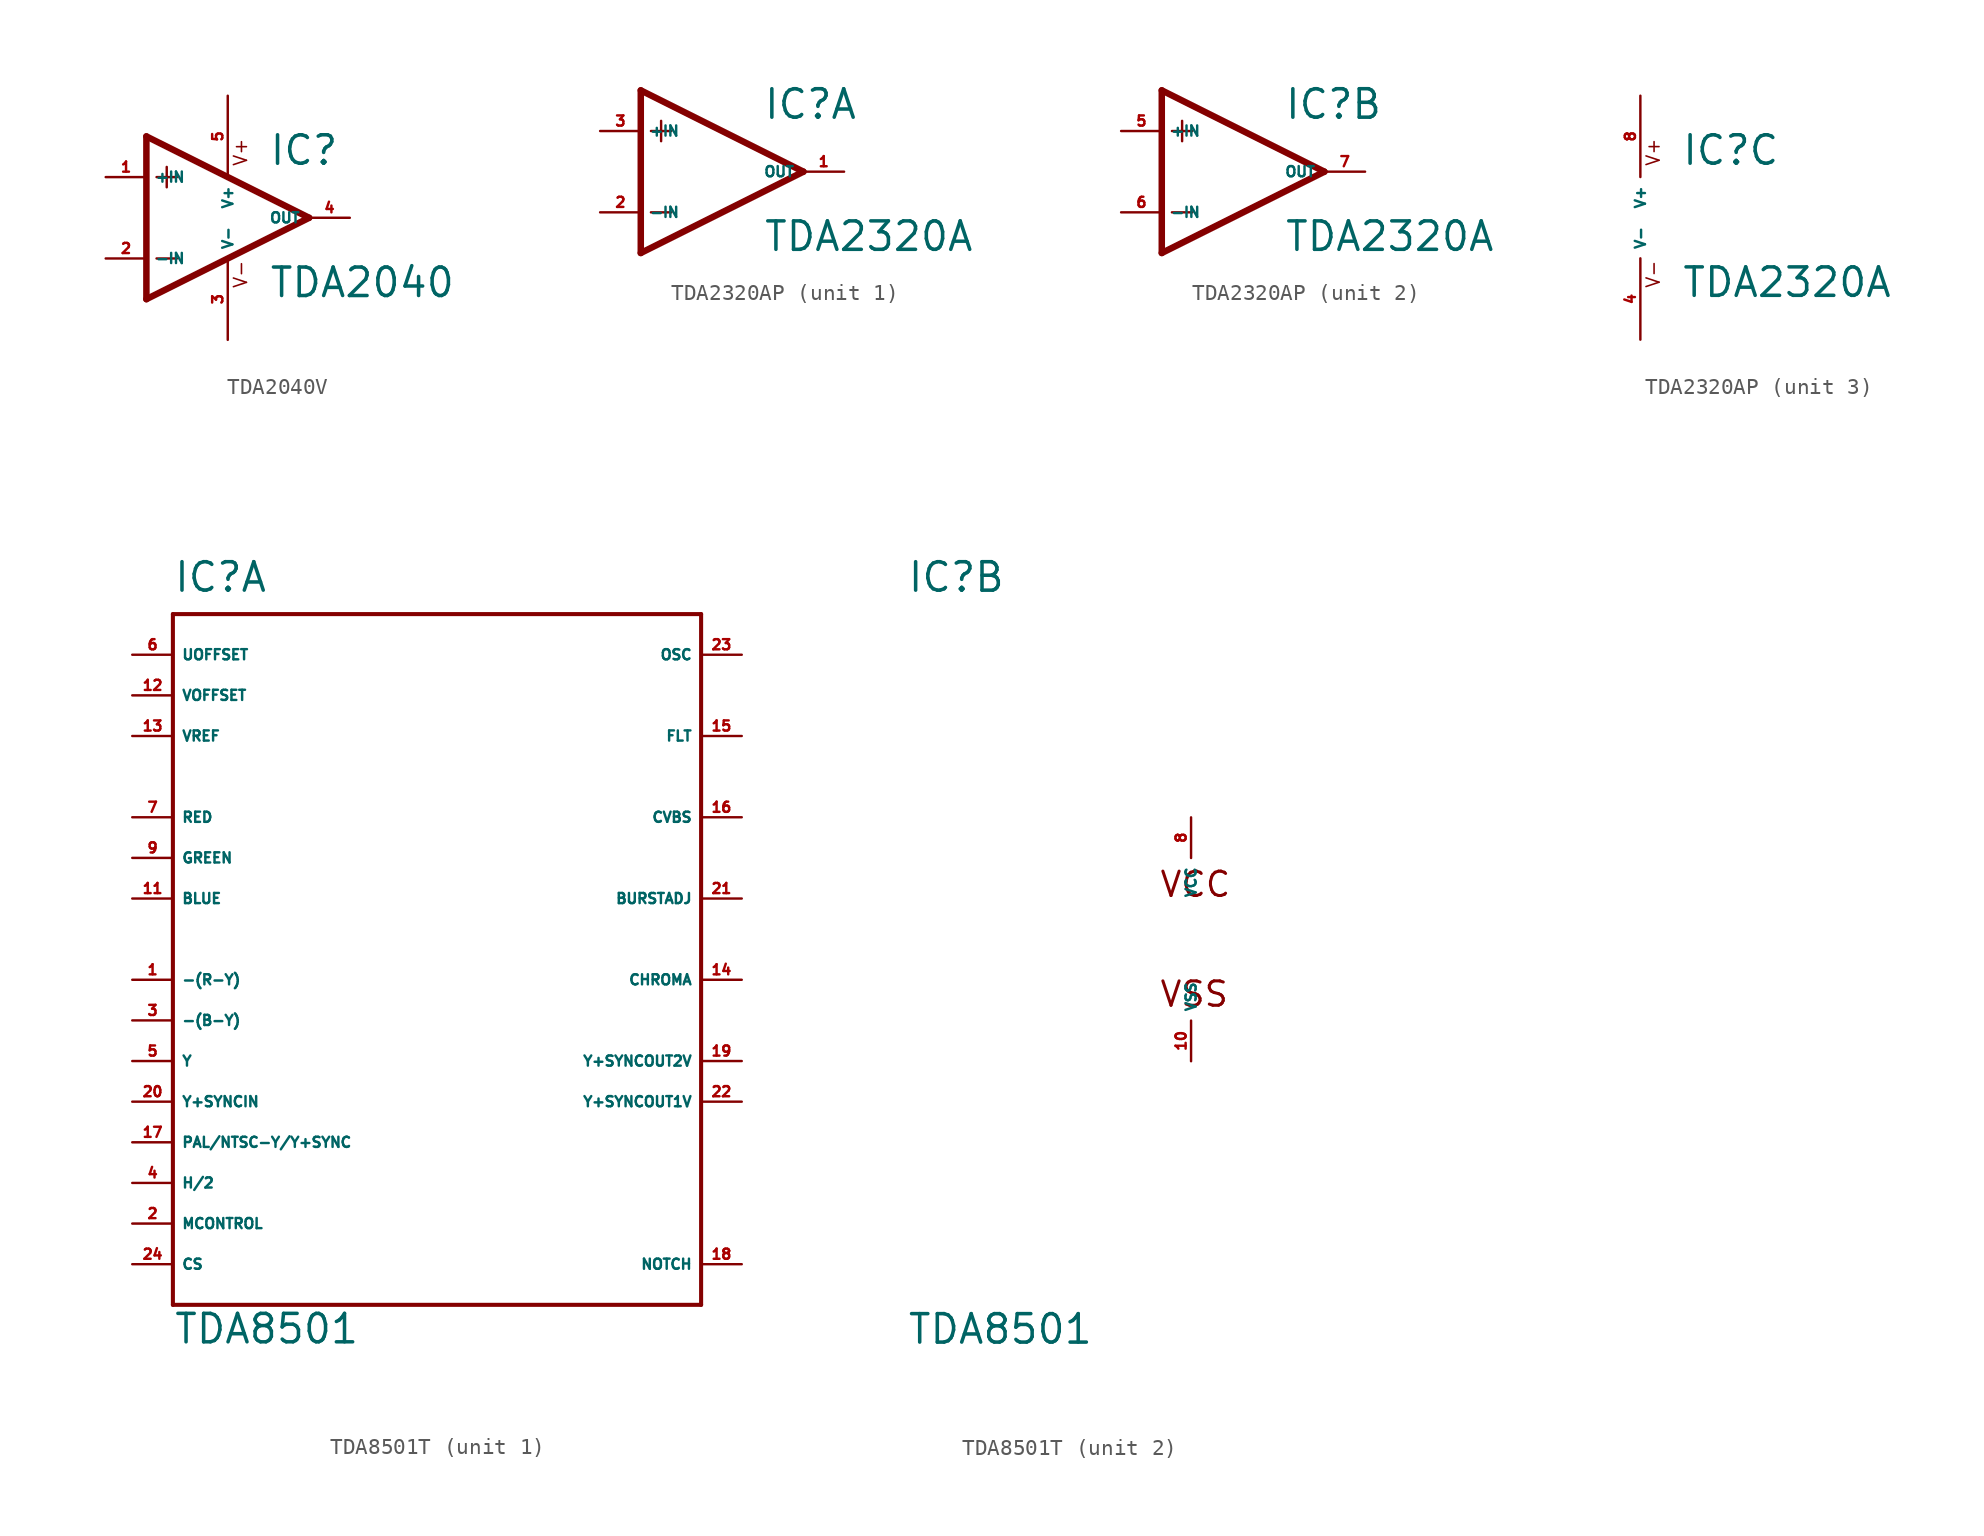
<source format=kicad_sym>
(kicad_symbol_lib
  (version 20220914)
  (generator Eagle2Kicad)
  (symbol "TDA2040V"
    (property "Reference" "IC"
      (at 2.54 3.175 0)
      (effects (font (size 1.778 1.778) (thickness 0.22)) (justify left bottom)))
    (property "Value" "TDA2040"
      (at 2.54 -5.08 0)
      (effects (font (size 1.778 1.778) (thickness 0.22)) (justify left bottom)))
    (polyline
      (pts (xy -5.08 5.08) (xy -5.08 -5.08))
      (stroke (width 0.406) (type default))
      (fill (type none)))
    (polyline
      (pts (xy -5.08 -5.08) (xy 5.08 0))
      (stroke (width 0.406) (type default))
      (fill (type none)))
    (polyline
      (pts (xy 5.08 0) (xy -5.08 5.08))
      (stroke (width 0.406) (type default))
      (fill (type none)))
    (polyline
      (pts (xy -3.81 3.175) (xy -3.81 1.905))
      (stroke (width 0.152) (type default))
      (fill (type none)))
    (polyline
      (pts (xy -4.445 2.54) (xy -3.175 2.54))
      (stroke (width 0.152) (type default))
      (fill (type none)))
    (polyline
      (pts (xy -4.445 -2.54) (xy -3.175 -2.54))
      (stroke (width 0.152) (type default))
      (fill (type none)))
    (text "V+"
      (at 1.27 3.175 900)
      (effects (font (size 0.813 0.813) (thickness 0.10)) (justify left bottom)))
    (text "V-"
      (at 1.27 -4.445 900)
      (effects (font (size 0.813 0.813) (thickness 0.10)) (justify left bottom)))
    (pin input line
      (at -7.62 -2.54 0)
      (length 2.54)
      (name "-IN" (effects (font (size 0.635 0.635) (thickness 0.08)) (justify left bottom)))
      (number "2" (effects (font (size 0.635 0.635) (thickness 0.08)) (justify left bottom))))
    (pin input line
      (at -7.62 2.54 0)
      (length 2.54)
      (name "+IN" (effects (font (size 0.635 0.635) (thickness 0.08)) (justify left bottom)))
      (number "1" (effects (font (size 0.635 0.635) (thickness 0.08)) (justify left bottom))))
    (pin output line
      (at 7.62 0 180)
      (length 2.54)
      (name "OUT" (effects (font (size 0.635 0.635) (thickness 0.08)) (justify left bottom)))
      (number "4" (effects (font (size 0.635 0.635) (thickness 0.08)) (justify left bottom))))
    (pin unspecified line
      (at 0 7.62 270)
      (length 5.08)
      (name "V+" (effects (font (size 0.635 0.635) (thickness 0.08)) (justify left bottom)))
      (number "5" (effects (font (size 0.635 0.635) (thickness 0.08)) (justify left bottom))))
    (pin unspecified line
      (at 0 -7.62 90)
      (length 5.08)
      (name "V-" (effects (font (size 0.635 0.635) (thickness 0.08)) (justify left bottom)))
      (number "3" (effects (font (size 0.635 0.635) (thickness 0.08)) (justify left bottom)))))
  (symbol "TDA2320AP"
    (property "Reference" "IC"
      (at 2.54 3.175 0)
      (effects (font (size 1.778 1.778) (thickness 0.22)) (justify left bottom)))
    (property "Value" "TDA2320A"
      (at 2.54 -5.08 0)
      (effects (font (size 1.778 1.778) (thickness 0.22)) (justify left bottom)))
    (symbol "TDA2320AP_1_0"
      (polyline (pts (xy -5.08 5.08) (xy -5.08 -5.08)) (stroke (width 0.406) (type default)) (fill (type none)))
      (polyline (pts (xy -5.08 -5.08) (xy 5.08 0)) (stroke (width 0.406) (type default)) (fill (type none)))
      (polyline (pts (xy 5.08 0) (xy -5.08 5.08)) (stroke (width 0.406) (type default)) (fill (type none)))
      (polyline (pts (xy -3.81 3.175) (xy -3.81 1.905)) (stroke (width 0.152) (type default)) (fill (type none)))
      (polyline (pts (xy -4.445 2.54) (xy -3.175 2.54)) (stroke (width 0.152) (type default)) (fill (type none)))
      (polyline (pts (xy -4.445 -2.54) (xy -3.175 -2.54)) (stroke (width 0.152) (type default)) (fill (type none)))
      (pin input line (at -7.62 -2.54 0) (length 2.54) (name "-IN" (effects (font (size 0.635 0.635) (thickness 0.08)) (justify left bottom))) (number "2" (effects (font (size 0.635 0.635) (thickness 0.08)) (justify left bottom))))
      (pin input line (at -7.62 2.54 0) (length 2.54) (name "+IN" (effects (font (size 0.635 0.635) (thickness 0.08)) (justify left bottom))) (number "3" (effects (font (size 0.635 0.635) (thickness 0.08)) (justify left bottom))))
      (pin output line (at 7.62 0 180) (length 2.54) (name "OUT" (effects (font (size 0.635 0.635) (thickness 0.08)) (justify left bottom))) (number "1" (effects (font (size 0.635 0.635) (thickness 0.08)) (justify left bottom)))))
    (symbol "TDA2320AP_2_0"
      (polyline (pts (xy -5.08 5.08) (xy -5.08 -5.08)) (stroke (width 0.406) (type default)) (fill (type none)))
      (polyline (pts (xy -5.08 -5.08) (xy 5.08 0)) (stroke (width 0.406) (type default)) (fill (type none)))
      (polyline (pts (xy 5.08 0) (xy -5.08 5.08)) (stroke (width 0.406) (type default)) (fill (type none)))
      (polyline (pts (xy -3.81 3.175) (xy -3.81 1.905)) (stroke (width 0.152) (type default)) (fill (type none)))
      (polyline (pts (xy -4.445 2.54) (xy -3.175 2.54)) (stroke (width 0.152) (type default)) (fill (type none)))
      (polyline (pts (xy -4.445 -2.54) (xy -3.175 -2.54)) (stroke (width 0.152) (type default)) (fill (type none)))
      (pin input line (at -7.62 -2.54 0) (length 2.54) (name "-IN" (effects (font (size 0.635 0.635) (thickness 0.08)) (justify left bottom))) (number "6" (effects (font (size 0.635 0.635) (thickness 0.08)) (justify left bottom))))
      (pin input line (at -7.62 2.54 0) (length 2.54) (name "+IN" (effects (font (size 0.635 0.635) (thickness 0.08)) (justify left bottom))) (number "5" (effects (font (size 0.635 0.635) (thickness 0.08)) (justify left bottom))))
      (pin output line (at 7.62 0 180) (length 2.54) (name "OUT" (effects (font (size 0.635 0.635) (thickness 0.08)) (justify left bottom))) (number "7" (effects (font (size 0.635 0.635) (thickness 0.08)) (justify left bottom)))))
    (symbol "TDA2320AP_3_0"
      (text "V+" (at 1.27 3.175 900) (effects (font (size 0.813 0.813) (thickness 0.10)) (justify left bottom)))
      (text "V-" (at 1.27 -4.445 900) (effects (font (size 0.813 0.813) (thickness 0.10)) (justify left bottom)))
      (pin unspecified line (at 0 7.62 270) (length 5.08) (name "V+" (effects (font (size 0.635 0.635) (thickness 0.08)) (justify left bottom))) (number "8" (effects (font (size 0.635 0.635) (thickness 0.08)) (justify left bottom))))
      (pin unspecified line (at 0 -7.62 90) (length 5.08) (name "V-" (effects (font (size 0.635 0.635) (thickness 0.08)) (justify left bottom))) (number "4" (effects (font (size 0.635 0.635) (thickness 0.08)) (justify left bottom))))))
  (symbol "TDA8501T"
    (property "Reference" "IC"
      (at -17.78 21.59 0)
      (effects (font (size 1.778 1.778) (thickness 0.22)) (justify left bottom)))
    (property "Value" "TDA8501"
      (at -17.78 -25.4 0)
      (effects (font (size 1.778 1.778) (thickness 0.22)) (justify left bottom)))
    (symbol "TDA8501T_1_0"
      (polyline (pts (xy -17.78 20.32) (xy 15.24 20.32)) (stroke (width 0.254) (type default)) (fill (type none)))
      (polyline (pts (xy 15.24 20.32) (xy 15.24 -22.86)) (stroke (width 0.254) (type default)) (fill (type none)))
      (polyline (pts (xy 15.24 -22.86) (xy -17.78 -22.86)) (stroke (width 0.254) (type default)) (fill (type none)))
      (polyline (pts (xy -17.78 -22.86) (xy -17.78 20.32)) (stroke (width 0.254) (type default)) (fill (type none)))
      (pin input line (at -20.32 -2.54 0) (length 2.54) (name "-(R-Y)" (effects (font (size 0.635 0.635) (thickness 0.08)) (justify left bottom))) (number "1" (effects (font (size 0.635 0.635) (thickness 0.08)) (justify left bottom))))
      (pin input line (at -20.32 -17.78 0) (length 2.54) (name "MCONTROL" (effects (font (size 0.635 0.635) (thickness 0.08)) (justify left bottom))) (number "2" (effects (font (size 0.635 0.635) (thickness 0.08)) (justify left bottom))))
      (pin input line (at -20.32 -5.08 0) (length 2.54) (name "-(B-Y)" (effects (font (size 0.635 0.635) (thickness 0.08)) (justify left bottom))) (number "3" (effects (font (size 0.635 0.635) (thickness 0.08)) (justify left bottom))))
      (pin input line (at -20.32 -15.24 0) (length 2.54) (name "H/2" (effects (font (size 0.635 0.635) (thickness 0.08)) (justify left bottom))) (number "4" (effects (font (size 0.635 0.635) (thickness 0.08)) (justify left bottom))))
      (pin input line (at -20.32 -7.62 0) (length 2.54) (name "Y" (effects (font (size 0.635 0.635) (thickness 0.08)) (justify left bottom))) (number "5" (effects (font (size 0.635 0.635) (thickness 0.08)) (justify left bottom))))
      (pin passive line (at -20.32 17.78 0) (length 2.54) (name "UOFFSET" (effects (font (size 0.635 0.635) (thickness 0.08)) (justify left bottom))) (number "6" (effects (font (size 0.635 0.635) (thickness 0.08)) (justify left bottom))))
      (pin input line (at -20.32 7.62 0) (length 2.54) (name "RED" (effects (font (size 0.635 0.635) (thickness 0.08)) (justify left bottom))) (number "7" (effects (font (size 0.635 0.635) (thickness 0.08)) (justify left bottom))))
      (pin input line (at -20.32 5.08 0) (length 2.54) (name "GREEN" (effects (font (size 0.635 0.635) (thickness 0.08)) (justify left bottom))) (number "9" (effects (font (size 0.635 0.635) (thickness 0.08)) (justify left bottom))))
      (pin input line (at -20.32 2.54 0) (length 2.54) (name "BLUE" (effects (font (size 0.635 0.635) (thickness 0.08)) (justify left bottom))) (number "11" (effects (font (size 0.635 0.635) (thickness 0.08)) (justify left bottom))))
      (pin passive line (at -20.32 15.24 0) (length 2.54) (name "VOFFSET" (effects (font (size 0.635 0.635) (thickness 0.08)) (justify left bottom))) (number "12" (effects (font (size 0.635 0.635) (thickness 0.08)) (justify left bottom))))
      (pin passive line (at -20.32 12.7 0) (length 2.54) (name "VREF" (effects (font (size 0.635 0.635) (thickness 0.08)) (justify left bottom))) (number "13" (effects (font (size 0.635 0.635) (thickness 0.08)) (justify left bottom))))
      (pin output line (at 17.78 -2.54 180) (length 2.54) (name "CHROMA" (effects (font (size 0.635 0.635) (thickness 0.08)) (justify left bottom))) (number "14" (effects (font (size 0.635 0.635) (thickness 0.08)) (justify left bottom))))
      (pin passive line (at 17.78 12.7 180) (length 2.54) (name "FLT" (effects (font (size 0.635 0.635) (thickness 0.08)) (justify left bottom))) (number "15" (effects (font (size 0.635 0.635) (thickness 0.08)) (justify left bottom))))
      (pin output line (at 17.78 7.62 180) (length 2.54) (name "CVBS" (effects (font (size 0.635 0.635) (thickness 0.08)) (justify left bottom))) (number "16" (effects (font (size 0.635 0.635) (thickness 0.08)) (justify left bottom))))
      (pin passive line (at -20.32 -12.7 0) (length 2.54) (name "PAL/NTSC-Y/Y+SYNC" (effects (font (size 0.635 0.635) (thickness 0.08)) (justify left bottom))) (number "17" (effects (font (size 0.635 0.635) (thickness 0.08)) (justify left bottom))))
      (pin passive line (at 17.78 -20.32 180) (length 2.54) (name "NOTCH" (effects (font (size 0.635 0.635) (thickness 0.08)) (justify left bottom))) (number "18" (effects (font (size 0.635 0.635) (thickness 0.08)) (justify left bottom))))
      (pin output line (at 17.78 -7.62 180) (length 2.54) (name "Y+SYNCOUT2V" (effects (font (size 0.635 0.635) (thickness 0.08)) (justify left bottom))) (number "19" (effects (font (size 0.635 0.635) (thickness 0.08)) (justify left bottom))))
      (pin input line (at -20.32 -10.16 0) (length 2.54) (name "Y+SYNCIN" (effects (font (size 0.635 0.635) (thickness 0.08)) (justify left bottom))) (number "20" (effects (font (size 0.635 0.635) (thickness 0.08)) (justify left bottom))))
      (pin passive line (at 17.78 2.54 180) (length 2.54) (name "BURSTADJ" (effects (font (size 0.635 0.635) (thickness 0.08)) (justify left bottom))) (number "21" (effects (font (size 0.635 0.635) (thickness 0.08)) (justify left bottom))))
      (pin output line (at 17.78 -10.16 180) (length 2.54) (name "Y+SYNCOUT1V" (effects (font (size 0.635 0.635) (thickness 0.08)) (justify left bottom))) (number "22" (effects (font (size 0.635 0.635) (thickness 0.08)) (justify left bottom))))
      (pin passive line (at 17.78 17.78 180) (length 2.54) (name "OSC" (effects (font (size 0.635 0.635) (thickness 0.08)) (justify left bottom))) (number "23" (effects (font (size 0.635 0.635) (thickness 0.08)) (justify left bottom))))
      (pin input line (at -20.32 -20.32 0) (length 2.54) (name "CS" (effects (font (size 0.635 0.635) (thickness 0.08)) (justify left bottom))) (number "24" (effects (font (size 0.635 0.635) (thickness 0.08)) (justify left bottom)))))
    (symbol "TDA8501T_2_0"
      (text "VCC" (at -2.032 2.54 0) (effects (font (size 1.524 1.524) (thickness 0.19)) (justify left bottom)))
      (text "VSS" (at -2.032 -4.318 0) (effects (font (size 1.524 1.524) (thickness 0.19)) (justify left bottom)))
      (pin unspecified line (at 0 7.62 270) (length 2.54) (name "VCC" (effects (font (size 0.635 0.635) (thickness 0.08)) (justify left bottom))) (number "8" (effects (font (size 0.635 0.635) (thickness 0.08)) (justify left bottom))))
      (pin unspecified line (at 0 -7.62 90) (length 2.54) (name "VSS" (effects (font (size 0.635 0.635) (thickness 0.08)) (justify left bottom))) (number "10" (effects (font (size 0.635 0.635) (thickness 0.08)) (justify left bottom)))))))
</source>
